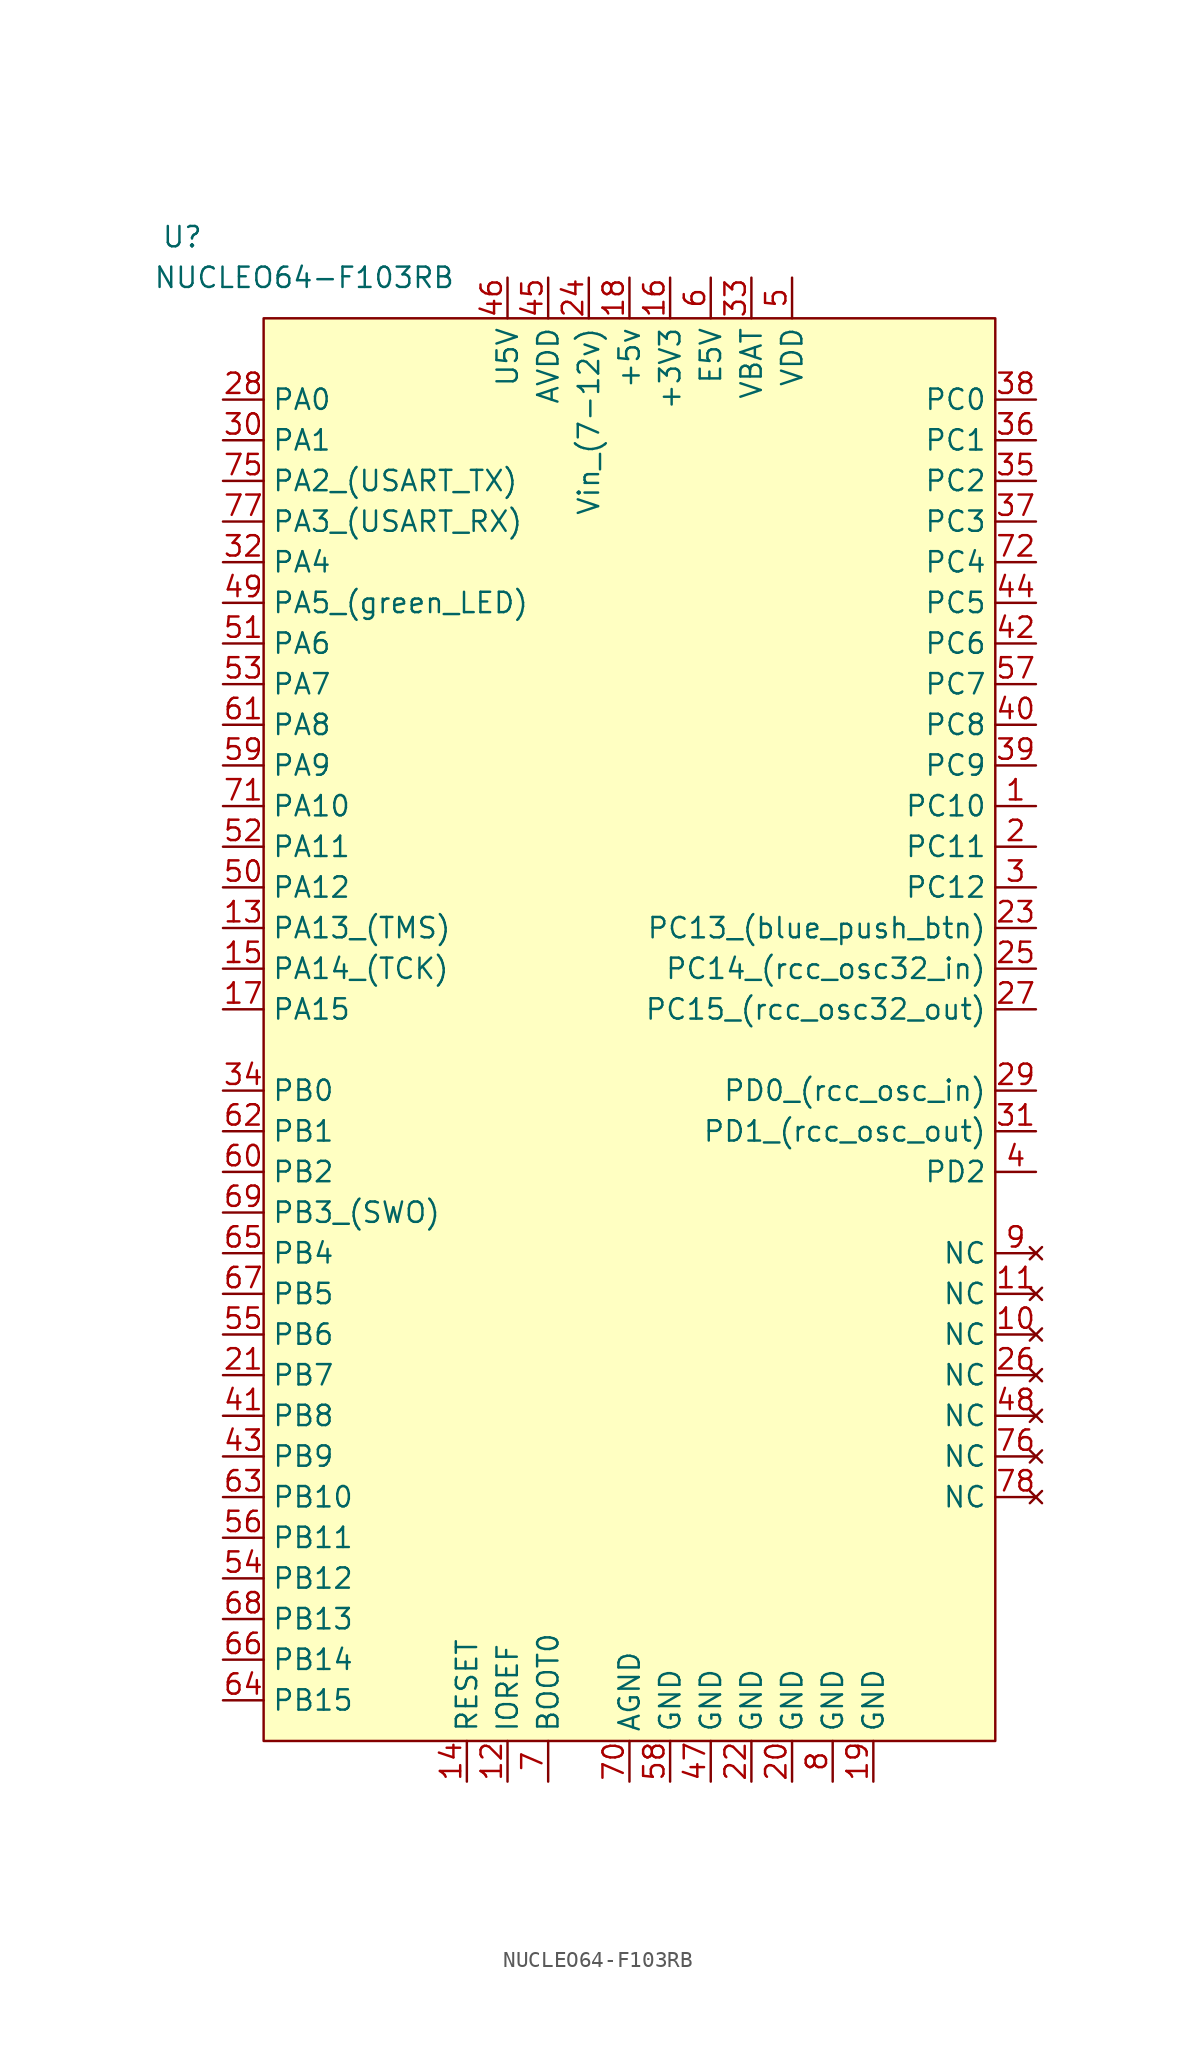
<source format=kicad_sym>
(kicad_symbol_lib
  (version 20211014)
  (generator kicad_symbol_editor)
  (symbol "NUCLEO64-F103RB"
    (property "Reference" "U"
      (at -27.94 50.8 0)
      (effects (font (size 1.27 1.27))))
    (property "Value" "NUCLEO64-F103RB"
      (at -20.32 48.26 0)
      (effects (font (size 1.27 1.27))))
    (symbol "NUCLEO64-F103RB_0_1"
      (rectangle (start -22.86 45.72) (end 22.86 -43.18) (stroke (width 0) (type default) (color 0 0 0 0)) (fill (type background))))
    (symbol "NUCLEO64-F103RB_1_1"
      (pin bidirectional line (at 25.4 15.24 180) (length 2.54) (name "PC10" (effects (font (size 1.27 1.27)))) (number "1" (effects (font (size 1.27 1.27)))))
      (pin no_connect line (at 25.4 -17.78 180) (length 2.54) (name "NC" (effects (font (size 1.27 1.27)))) (number "10" (effects (font (size 1.27 1.27)))))
      (pin no_connect line (at 25.4 -15.24 180) (length 2.54) (name "NC" (effects (font (size 1.27 1.27)))) (number "11" (effects (font (size 1.27 1.27)))))
      (pin bidirectional line (at -7.62 -45.72 90) (length 2.54) (name "IOREF" (effects (font (size 1.27 1.27)))) (number "12" (effects (font (size 1.27 1.27)))))
      (pin bidirectional line (at -25.4 7.62 0) (length 2.54) (name "PA13_(TMS)" (effects (font (size 1.27 1.27)))) (number "13" (effects (font (size 1.27 1.27)))))
      (pin bidirectional line (at -10.16 -45.72 90) (length 2.54) (name "RESET" (effects (font (size 1.27 1.27)))) (number "14" (effects (font (size 1.27 1.27)))))
      (pin bidirectional line (at -25.4 5.08 0) (length 2.54) (name "PA14_(TCK)" (effects (font (size 1.27 1.27)))) (number "15" (effects (font (size 1.27 1.27)))))
      (pin power_out line (at 2.54 48.26 270) (length 2.54) (name "+3V3" (effects (font (size 1.27 1.27)))) (number "16" (effects (font (size 1.27 1.27)))))
      (pin bidirectional line (at -25.4 2.54 0) (length 2.54) (name "PA15" (effects (font (size 1.27 1.27)))) (number "17" (effects (font (size 1.27 1.27)))))
      (pin power_in line (at 0 48.26 270) (length 2.54) (name "+5v" (effects (font (size 1.27 1.27)))) (number "18" (effects (font (size 1.27 1.27)))))
      (pin power_in line (at 15.24 -45.72 90) (length 2.54) (name "GND" (effects (font (size 1.27 1.27)))) (number "19" (effects (font (size 1.27 1.27)))))
      (pin bidirectional line (at 25.4 12.7 180) (length 2.54) (name "PC11" (effects (font (size 1.27 1.27)))) (number "2" (effects (font (size 1.27 1.27)))))
      (pin power_in line (at 10.16 -45.72 90) (length 2.54) (name "GND" (effects (font (size 1.27 1.27)))) (number "20" (effects (font (size 1.27 1.27)))))
      (pin bidirectional line (at -25.4 -20.32 0) (length 2.54) (name "PB7" (effects (font (size 1.27 1.27)))) (number "21" (effects (font (size 1.27 1.27)))))
      (pin power_in line (at 7.62 -45.72 90) (length 2.54) (name "GND" (effects (font (size 1.27 1.27)))) (number "22" (effects (font (size 1.27 1.27)))))
      (pin bidirectional line (at 25.4 7.62 180) (length 2.54) (name "PC13_(blue_push_btn)" (effects (font (size 1.27 1.27)))) (number "23" (effects (font (size 1.27 1.27)))))
      (pin power_in line (at -2.54 48.26 270) (length 2.54) (name "Vin_(7-12v)" (effects (font (size 1.27 1.27)))) (number "24" (effects (font (size 1.27 1.27)))))
      (pin bidirectional line (at 25.4 5.08 180) (length 2.54) (name "PC14_(rcc_osc32_in)" (effects (font (size 1.27 1.27)))) (number "25" (effects (font (size 1.27 1.27)))))
      (pin no_connect line (at 25.4 -20.32 180) (length 2.54) (name "NC" (effects (font (size 1.27 1.27)))) (number "26" (effects (font (size 1.27 1.27)))))
      (pin bidirectional line (at 25.4 2.54 180) (length 2.54) (name "PC15_(rcc_osc32_out)" (effects (font (size 1.27 1.27)))) (number "27" (effects (font (size 1.27 1.27)))))
      (pin bidirectional line (at -25.4 40.64 0) (length 2.54) (name "PA0" (effects (font (size 1.27 1.27)))) (number "28" (effects (font (size 1.27 1.27)))))
      (pin bidirectional line (at 25.4 -2.54 180) (length 2.54) (name "PD0_(rcc_osc_in)" (effects (font (size 1.27 1.27)))) (number "29" (effects (font (size 1.27 1.27)))))
      (pin bidirectional line (at 25.4 10.16 180) (length 2.54) (name "PC12" (effects (font (size 1.27 1.27)))) (number "3" (effects (font (size 1.27 1.27)))))
      (pin bidirectional line (at -25.4 38.1 0) (length 2.54) (name "PA1" (effects (font (size 1.27 1.27)))) (number "30" (effects (font (size 1.27 1.27)))))
      (pin bidirectional line (at 25.4 -5.08 180) (length 2.54) (name "PD1_(rcc_osc_out)" (effects (font (size 1.27 1.27)))) (number "31" (effects (font (size 1.27 1.27)))))
      (pin bidirectional line (at -25.4 30.48 0) (length 2.54) (name "PA4" (effects (font (size 1.27 1.27)))) (number "32" (effects (font (size 1.27 1.27)))))
      (pin power_in line (at 7.62 48.26 270) (length 2.54) (name "VBAT" (effects (font (size 1.27 1.27)))) (number "33" (effects (font (size 1.27 1.27)))))
      (pin bidirectional line (at -25.4 -2.54 0) (length 2.54) (name "PB0" (effects (font (size 1.27 1.27)))) (number "34" (effects (font (size 1.27 1.27)))))
      (pin bidirectional line (at 25.4 35.56 180) (length 2.54) (name "PC2" (effects (font (size 1.27 1.27)))) (number "35" (effects (font (size 1.27 1.27)))))
      (pin bidirectional line (at 25.4 38.1 180) (length 2.54) (name "PC1" (effects (font (size 1.27 1.27)))) (number "36" (effects (font (size 1.27 1.27)))))
      (pin bidirectional line (at 25.4 33.02 180) (length 2.54) (name "PC3" (effects (font (size 1.27 1.27)))) (number "37" (effects (font (size 1.27 1.27)))))
      (pin bidirectional line (at 25.4 40.64 180) (length 2.54) (name "PC0" (effects (font (size 1.27 1.27)))) (number "38" (effects (font (size 1.27 1.27)))))
      (pin bidirectional line (at 25.4 17.78 180) (length 2.54) (name "PC9" (effects (font (size 1.27 1.27)))) (number "39" (effects (font (size 1.27 1.27)))))
      (pin bidirectional line (at 25.4 -7.62 180) (length 2.54) (name "PD2" (effects (font (size 1.27 1.27)))) (number "4" (effects (font (size 1.27 1.27)))))
      (pin bidirectional line (at 25.4 20.32 180) (length 2.54) (name "PC8" (effects (font (size 1.27 1.27)))) (number "40" (effects (font (size 1.27 1.27)))))
      (pin bidirectional line (at -25.4 -22.86 0) (length 2.54) (name "PB8" (effects (font (size 1.27 1.27)))) (number "41" (effects (font (size 1.27 1.27)))))
      (pin bidirectional line (at 25.4 25.4 180) (length 2.54) (name "PC6" (effects (font (size 1.27 1.27)))) (number "42" (effects (font (size 1.27 1.27)))))
      (pin bidirectional line (at -25.4 -25.4 0) (length 2.54) (name "PB9" (effects (font (size 1.27 1.27)))) (number "43" (effects (font (size 1.27 1.27)))))
      (pin bidirectional line (at 25.4 27.94 180) (length 2.54) (name "PC5" (effects (font (size 1.27 1.27)))) (number "44" (effects (font (size 1.27 1.27)))))
      (pin power_in line (at -5.08 48.26 270) (length 2.54) (name "AVDD" (effects (font (size 1.27 1.27)))) (number "45" (effects (font (size 1.27 1.27)))))
      (pin power_out line (at -7.62 48.26 270) (length 2.54) (name "U5V" (effects (font (size 1.27 1.27)))) (number "46" (effects (font (size 1.27 1.27)))))
      (pin power_in line (at 5.08 -45.72 90) (length 2.54) (name "GND" (effects (font (size 1.27 1.27)))) (number "47" (effects (font (size 1.27 1.27)))))
      (pin no_connect line (at 25.4 -22.86 180) (length 2.54) (name "NC" (effects (font (size 1.27 1.27)))) (number "48" (effects (font (size 1.27 1.27)))))
      (pin bidirectional line (at -25.4 27.94 0) (length 2.54) (name "PA5_(green_LED)" (effects (font (size 1.27 1.27)))) (number "49" (effects (font (size 1.27 1.27)))))
      (pin power_in line (at 10.16 48.26 270) (length 2.54) (name "VDD" (effects (font (size 1.27 1.27)))) (number "5" (effects (font (size 1.27 1.27)))))
      (pin bidirectional line (at -25.4 10.16 0) (length 2.54) (name "PA12" (effects (font (size 1.27 1.27)))) (number "50" (effects (font (size 1.27 1.27)))))
      (pin bidirectional line (at -25.4 25.4 0) (length 2.54) (name "PA6" (effects (font (size 1.27 1.27)))) (number "51" (effects (font (size 1.27 1.27)))))
      (pin bidirectional line (at -25.4 12.7 0) (length 2.54) (name "PA11" (effects (font (size 1.27 1.27)))) (number "52" (effects (font (size 1.27 1.27)))))
      (pin bidirectional line (at -25.4 22.86 0) (length 2.54) (name "PA7" (effects (font (size 1.27 1.27)))) (number "53" (effects (font (size 1.27 1.27)))))
      (pin bidirectional line (at -25.4 -33.02 0) (length 2.54) (name "PB12" (effects (font (size 1.27 1.27)))) (number "54" (effects (font (size 1.27 1.27)))))
      (pin bidirectional line (at -25.4 -17.78 0) (length 2.54) (name "PB6" (effects (font (size 1.27 1.27)))) (number "55" (effects (font (size 1.27 1.27)))))
      (pin bidirectional line (at -25.4 -30.48 0) (length 2.54) (name "PB11" (effects (font (size 1.27 1.27)))) (number "56" (effects (font (size 1.27 1.27)))))
      (pin bidirectional line (at 25.4 22.86 180) (length 2.54) (name "PC7" (effects (font (size 1.27 1.27)))) (number "57" (effects (font (size 1.27 1.27)))))
      (pin power_in line (at 2.54 -45.72 90) (length 2.54) (name "GND" (effects (font (size 1.27 1.27)))) (number "58" (effects (font (size 1.27 1.27)))))
      (pin bidirectional line (at -25.4 17.78 0) (length 2.54) (name "PA9" (effects (font (size 1.27 1.27)))) (number "59" (effects (font (size 1.27 1.27)))))
      (pin power_out line (at 5.08 48.26 270) (length 2.54) (name "E5V" (effects (font (size 1.27 1.27)))) (number "6" (effects (font (size 1.27 1.27)))))
      (pin bidirectional line (at -25.4 -7.62 0) (length 2.54) (name "PB2" (effects (font (size 1.27 1.27)))) (number "60" (effects (font (size 1.27 1.27)))))
      (pin bidirectional line (at -25.4 20.32 0) (length 2.54) (name "PA8" (effects (font (size 1.27 1.27)))) (number "61" (effects (font (size 1.27 1.27)))))
      (pin bidirectional line (at -25.4 -5.08 0) (length 2.54) (name "PB1" (effects (font (size 1.27 1.27)))) (number "62" (effects (font (size 1.27 1.27)))))
      (pin bidirectional line (at -25.4 -27.94 0) (length 2.54) (name "PB10" (effects (font (size 1.27 1.27)))) (number "63" (effects (font (size 1.27 1.27)))))
      (pin bidirectional line (at -25.4 -40.64 0) (length 2.54) (name "PB15" (effects (font (size 1.27 1.27)))) (number "64" (effects (font (size 1.27 1.27)))))
      (pin bidirectional line (at -25.4 -12.7 0) (length 2.54) (name "PB4" (effects (font (size 1.27 1.27)))) (number "65" (effects (font (size 1.27 1.27)))))
      (pin bidirectional line (at -25.4 -38.1 0) (length 2.54) (name "PB14" (effects (font (size 1.27 1.27)))) (number "66" (effects (font (size 1.27 1.27)))))
      (pin bidirectional line (at -25.4 -15.24 0) (length 2.54) (name "PB5" (effects (font (size 1.27 1.27)))) (number "67" (effects (font (size 1.27 1.27)))))
      (pin bidirectional line (at -25.4 -35.56 0) (length 2.54) (name "PB13" (effects (font (size 1.27 1.27)))) (number "68" (effects (font (size 1.27 1.27)))))
      (pin bidirectional line (at -25.4 -10.16 0) (length 2.54) (name "PB3_(SWO)" (effects (font (size 1.27 1.27)))) (number "69" (effects (font (size 1.27 1.27)))))
      (pin bidirectional line (at -5.08 -45.72 90) (length 2.54) (name "BOOT0" (effects (font (size 1.27 1.27)))) (number "7" (effects (font (size 1.27 1.27)))))
      (pin power_in line (at 0 -45.72 90) (length 2.54) (name "AGND" (effects (font (size 1.27 1.27)))) (number "70" (effects (font (size 1.27 1.27)))))
      (pin bidirectional line (at -25.4 15.24 0) (length 2.54) (name "PA10" (effects (font (size 1.27 1.27)))) (number "71" (effects (font (size 1.27 1.27)))))
      (pin bidirectional line (at 25.4 30.48 180) (length 2.54) (name "PC4" (effects (font (size 1.27 1.27)))) (number "72" (effects (font (size 1.27 1.27)))))
      (pin bidirectional line (at -25.4 35.56 0) (length 2.54) (name "PA2_(USART_TX)" (effects (font (size 1.27 1.27)))) (number "75" (effects (font (size 1.27 1.27)))))
      (pin no_connect line (at 25.4 -25.4 180) (length 2.54) (name "NC" (effects (font (size 1.27 1.27)))) (number "76" (effects (font (size 1.27 1.27)))))
      (pin bidirectional line (at -25.4 33.02 0) (length 2.54) (name "PA3_(USART_RX)" (effects (font (size 1.27 1.27)))) (number "77" (effects (font (size 1.27 1.27)))))
      (pin no_connect line (at 25.4 -27.94 180) (length 2.54) (name "NC" (effects (font (size 1.27 1.27)))) (number "78" (effects (font (size 1.27 1.27)))))
      (pin power_in line (at 12.7 -45.72 90) (length 2.54) (name "GND" (effects (font (size 1.27 1.27)))) (number "8" (effects (font (size 1.27 1.27)))))
      (pin no_connect line (at 25.4 -12.7 180) (length 2.54) (name "NC" (effects (font (size 1.27 1.27)))) (number "9" (effects (font (size 1.27 1.27))))))))
</source>
